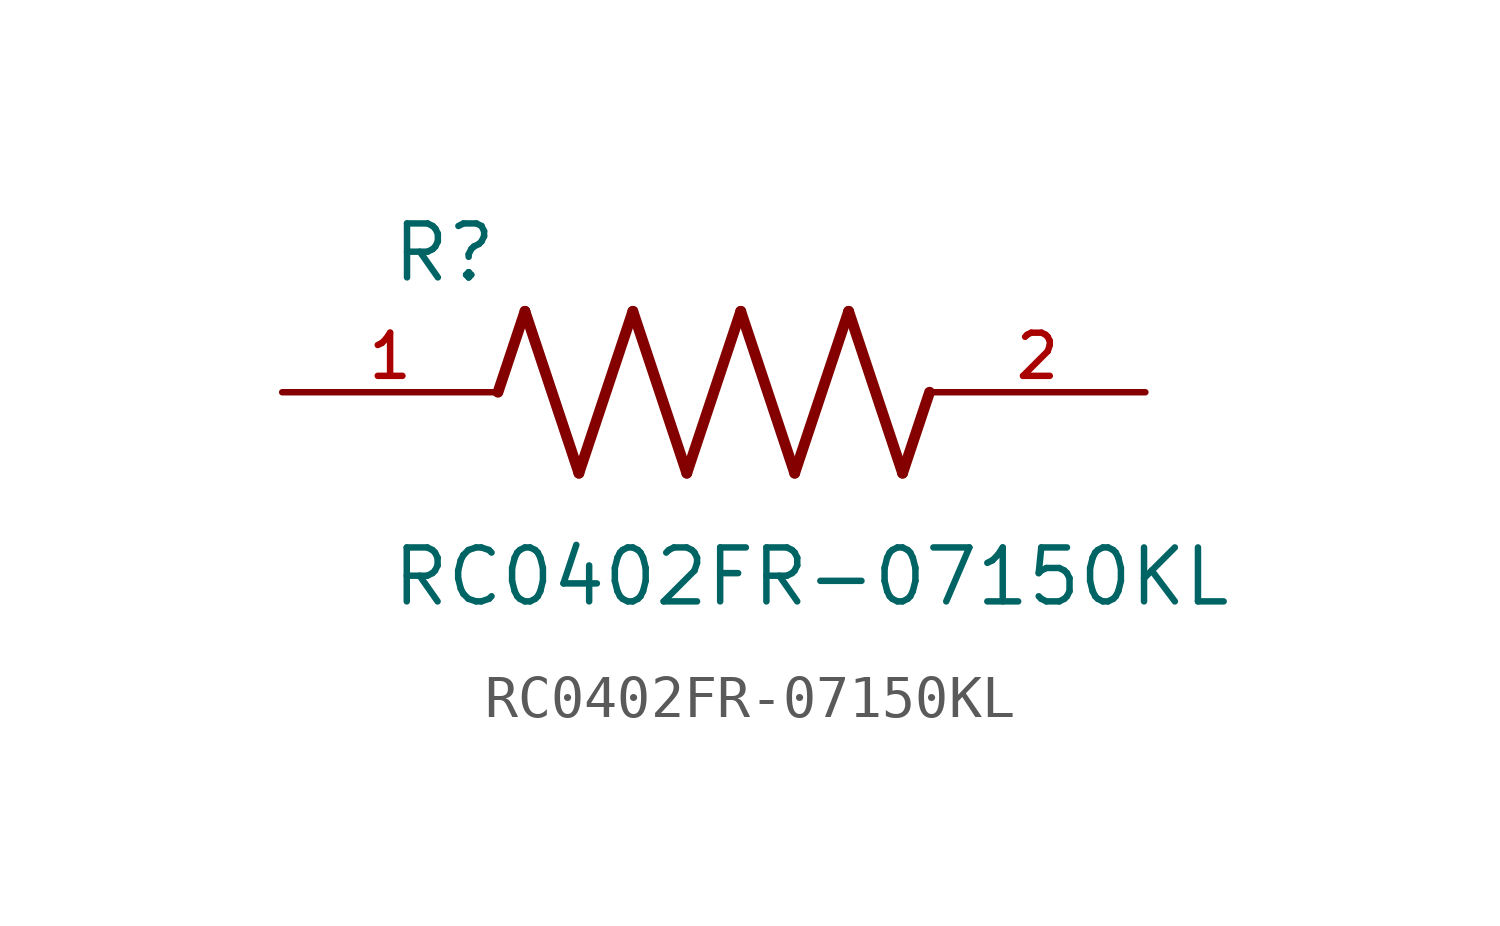
<source format=kicad_sym>
(kicad_symbol_lib
  (version 20211014)
  (generator kicad_symbol_editor)
  (symbol "RC0402FR-07150KL"
    (pin_names
      (offset 1.016))
    (property "Reference" "R"
      (at -7.624 2.541 0)
      (effects (font (size 1.27 1.27)) (justify bottom left)))
    (property "Value" "RC0402FR-07150KL"
      (at -7.63 -5.087 0)
      (effects (font (size 1.27 1.27)) (justify bottom left)))
    (symbol "RC0402FR-07150KL_0_0"
      (polyline (pts (xy -5.08 0.0) (xy -4.445 1.905)) (stroke (width 0.254)))
      (polyline (pts (xy -4.445 1.905) (xy -3.175 -1.905)) (stroke (width 0.254)))
      (polyline (pts (xy -3.175 -1.905) (xy -1.905 1.905)) (stroke (width 0.254)))
      (polyline (pts (xy -1.905 1.905) (xy -0.635 -1.905)) (stroke (width 0.254)))
      (polyline (pts (xy -0.635 -1.905) (xy 0.635 1.905)) (stroke (width 0.254)))
      (polyline (pts (xy 0.635 1.905) (xy 1.905 -1.905)) (stroke (width 0.254)))
      (polyline (pts (xy 1.905 -1.905) (xy 3.175 1.905)) (stroke (width 0.254)))
      (polyline (pts (xy 3.175 1.905) (xy 4.445 -1.905)) (stroke (width 0.254)))
      (polyline (pts (xy 4.445 -1.905) (xy 5.08 0.0)) (stroke (width 0.254)))
      (pin passive line (at -10.16 0.0 0) (length 5.08) (name "~" (effects (font (size 1.016 1.016)))) (number "1" (effects (font (size 1.016 1.016)))))
      (pin passive line (at 10.16 0.0 180.0) (length 5.08) (name "~" (effects (font (size 1.016 1.016)))) (number "2" (effects (font (size 1.016 1.016))))))))
</source>
